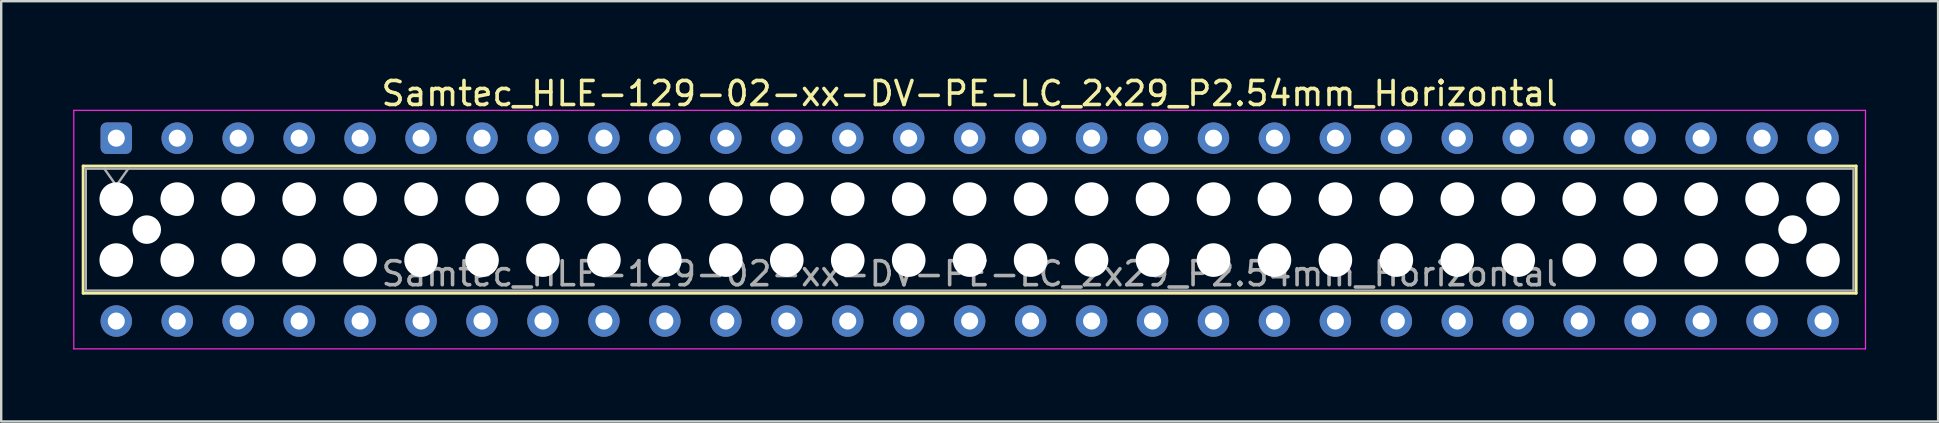
<source format=kicad_pcb>
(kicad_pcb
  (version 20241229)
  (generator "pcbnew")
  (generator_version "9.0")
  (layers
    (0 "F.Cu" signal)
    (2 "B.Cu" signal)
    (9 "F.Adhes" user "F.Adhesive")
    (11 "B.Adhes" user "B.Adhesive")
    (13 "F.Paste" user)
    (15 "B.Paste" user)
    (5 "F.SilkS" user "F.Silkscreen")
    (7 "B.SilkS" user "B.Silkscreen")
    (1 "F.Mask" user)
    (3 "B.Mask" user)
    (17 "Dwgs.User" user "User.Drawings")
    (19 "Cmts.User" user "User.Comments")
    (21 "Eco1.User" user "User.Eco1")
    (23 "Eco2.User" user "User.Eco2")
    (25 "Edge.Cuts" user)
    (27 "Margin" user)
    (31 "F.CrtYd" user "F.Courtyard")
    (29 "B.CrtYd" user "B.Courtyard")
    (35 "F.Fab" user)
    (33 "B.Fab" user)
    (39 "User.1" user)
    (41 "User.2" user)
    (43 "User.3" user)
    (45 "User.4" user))
  (footprint "Samtec_HLE-129-02-xx-DV-PE-LC_2x29_P2.54mm_Horizontal"
    (layer "F.Cu")
    (at 1.795 2.708)
    (property "Reference" "Samtec_HLE-129-02-xx-DV-PE-LC_2x29_P2.54mm_Horizontal" (at 35.56 -1.86 0) (layer "F.SilkS") (effects (font (size 1 1) (thickness 0.15))))
    (attr through_hole)
    (fp_line (start -1.38 1.16) (end 72.5 1.16) (stroke (width 0.12) (type solid)) (layer "F.SilkS"))
    (fp_line (start -1.38 6.46) (end -1.38 1.16) (stroke (width 0.12) (type solid)) (layer "F.SilkS"))
    (fp_line (start 72.5 1.16) (end 72.5 6.46) (stroke (width 0.12) (type solid)) (layer "F.SilkS"))
    (fp_line (start 72.5 6.46) (end -1.38 6.46) (stroke (width 0.12) (type solid)) (layer "F.SilkS"))
    (fp_line (start -1.77 -1.16) (end 72.89 -1.16) (stroke (width 0.05) (type solid)) (layer "F.CrtYd"))
    (fp_line (start -1.77 8.78) (end -1.77 -1.16) (stroke (width 0.05) (type solid)) (layer "F.CrtYd"))
    (fp_line (start 72.89 -1.16) (end 72.89 8.78) (stroke (width 0.05) (type solid)) (layer "F.CrtYd"))
    (fp_line (start 72.89 8.78) (end -1.77 8.78) (stroke (width 0.05) (type solid)) (layer "F.CrtYd"))
    (fp_line (start -1.27 1.27) (end 72.39 1.27) (stroke (width 0.1) (type solid)) (layer "F.Fab"))
    (fp_line (start -1.27 6.35) (end -1.27 1.27) (stroke (width 0.1) (type solid)) (layer "F.Fab"))
    (fp_line (start -0.5 1.27) (end 0 1.977) (stroke (width 0.1) (type solid)) (layer "F.Fab"))
    (fp_line (start 0 1.977) (end 0.5 1.27) (stroke (width 0.1) (type solid)) (layer "F.Fab"))
    (fp_line (start 72.39 1.27) (end 72.39 6.35) (stroke (width 0.1) (type solid)) (layer "F.Fab"))
    (fp_line (start 72.39 6.35) (end -1.27 6.35) (stroke (width 0.1) (type solid)) (layer "F.Fab"))
    (fp_text user "${REFERENCE}" (at 35.56 5.65 0) (layer "F.Fab") (effects (font (size 1 1) (thickness 0.15))))
    (pad "" np_thru_hole circle (at 0 2.54) (size 1.4 1.4) (drill 1.4) (layers "*.Cu" "*.Mask"))
    (pad "" np_thru_hole circle (at 0 5.08) (size 1.4 1.4) (drill 1.4) (layers "*.Cu" "*.Mask"))
    (pad "" np_thru_hole circle (at 1.27 3.81) (size 1.19 1.19) (drill 1.19) (layers "*.Cu" "*.Mask"))
    (pad "" np_thru_hole circle (at 2.54 2.54) (size 1.4 1.4) (drill 1.4) (layers "*.Cu" "*.Mask"))
    (pad "" np_thru_hole circle (at 2.54 5.08) (size 1.4 1.4) (drill 1.4) (layers "*.Cu" "*.Mask"))
    (pad "" np_thru_hole circle (at 5.08 2.54) (size 1.4 1.4) (drill 1.4) (layers "*.Cu" "*.Mask"))
    (pad "" np_thru_hole circle (at 5.08 5.08) (size 1.4 1.4) (drill 1.4) (layers "*.Cu" "*.Mask"))
    (pad "" np_thru_hole circle (at 7.62 2.54) (size 1.4 1.4) (drill 1.4) (layers "*.Cu" "*.Mask"))
    (pad "" np_thru_hole circle (at 7.62 5.08) (size 1.4 1.4) (drill 1.4) (layers "*.Cu" "*.Mask"))
    (pad "" np_thru_hole circle (at 10.16 2.54) (size 1.4 1.4) (drill 1.4) (layers "*.Cu" "*.Mask"))
    (pad "" np_thru_hole circle (at 10.16 5.08) (size 1.4 1.4) (drill 1.4) (layers "*.Cu" "*.Mask"))
    (pad "" np_thru_hole circle (at 12.7 2.54) (size 1.4 1.4) (drill 1.4) (layers "*.Cu" "*.Mask"))
    (pad "" np_thru_hole circle (at 12.7 5.08) (size 1.4 1.4) (drill 1.4) (layers "*.Cu" "*.Mask"))
    (pad "" np_thru_hole circle (at 15.24 2.54) (size 1.4 1.4) (drill 1.4) (layers "*.Cu" "*.Mask"))
    (pad "" np_thru_hole circle (at 15.24 5.08) (size 1.4 1.4) (drill 1.4) (layers "*.Cu" "*.Mask"))
    (pad "" np_thru_hole circle (at 17.78 2.54) (size 1.4 1.4) (drill 1.4) (layers "*.Cu" "*.Mask"))
    (pad "" np_thru_hole circle (at 17.78 5.08) (size 1.4 1.4) (drill 1.4) (layers "*.Cu" "*.Mask"))
    (pad "" np_thru_hole circle (at 20.32 2.54) (size 1.4 1.4) (drill 1.4) (layers "*.Cu" "*.Mask"))
    (pad "" np_thru_hole circle (at 20.32 5.08) (size 1.4 1.4) (drill 1.4) (layers "*.Cu" "*.Mask"))
    (pad "" np_thru_hole circle (at 22.86 2.54) (size 1.4 1.4) (drill 1.4) (layers "*.Cu" "*.Mask"))
    (pad "" np_thru_hole circle (at 22.86 5.08) (size 1.4 1.4) (drill 1.4) (layers "*.Cu" "*.Mask"))
    (pad "" np_thru_hole circle (at 25.4 2.54) (size 1.4 1.4) (drill 1.4) (layers "*.Cu" "*.Mask"))
    (pad "" np_thru_hole circle (at 25.4 5.08) (size 1.4 1.4) (drill 1.4) (layers "*.Cu" "*.Mask"))
    (pad "" np_thru_hole circle (at 27.94 2.54) (size 1.4 1.4) (drill 1.4) (layers "*.Cu" "*.Mask"))
    (pad "" np_thru_hole circle (at 27.94 5.08) (size 1.4 1.4) (drill 1.4) (layers "*.Cu" "*.Mask"))
    (pad "" np_thru_hole circle (at 30.48 2.54) (size 1.4 1.4) (drill 1.4) (layers "*.Cu" "*.Mask"))
    (pad "" np_thru_hole circle (at 30.48 5.08) (size 1.4 1.4) (drill 1.4) (layers "*.Cu" "*.Mask"))
    (pad "" np_thru_hole circle (at 33.02 2.54) (size 1.4 1.4) (drill 1.4) (layers "*.Cu" "*.Mask"))
    (pad "" np_thru_hole circle (at 33.02 5.08) (size 1.4 1.4) (drill 1.4) (layers "*.Cu" "*.Mask"))
    (pad "" np_thru_hole circle (at 35.56 2.54) (size 1.4 1.4) (drill 1.4) (layers "*.Cu" "*.Mask"))
    (pad "" np_thru_hole circle (at 35.56 5.08) (size 1.4 1.4) (drill 1.4) (layers "*.Cu" "*.Mask"))
    (pad "" np_thru_hole circle (at 38.1 2.54) (size 1.4 1.4) (drill 1.4) (layers "*.Cu" "*.Mask"))
    (pad "" np_thru_hole circle (at 38.1 5.08) (size 1.4 1.4) (drill 1.4) (layers "*.Cu" "*.Mask"))
    (pad "" np_thru_hole circle (at 40.64 2.54) (size 1.4 1.4) (drill 1.4) (layers "*.Cu" "*.Mask"))
    (pad "" np_thru_hole circle (at 40.64 5.08) (size 1.4 1.4) (drill 1.4) (layers "*.Cu" "*.Mask"))
    (pad "" np_thru_hole circle (at 43.18 2.54) (size 1.4 1.4) (drill 1.4) (layers "*.Cu" "*.Mask"))
    (pad "" np_thru_hole circle (at 43.18 5.08) (size 1.4 1.4) (drill 1.4) (layers "*.Cu" "*.Mask"))
    (pad "" np_thru_hole circle (at 45.72 2.54) (size 1.4 1.4) (drill 1.4) (layers "*.Cu" "*.Mask"))
    (pad "" np_thru_hole circle (at 45.72 5.08) (size 1.4 1.4) (drill 1.4) (layers "*.Cu" "*.Mask"))
    (pad "" np_thru_hole circle (at 48.26 2.54) (size 1.4 1.4) (drill 1.4) (layers "*.Cu" "*.Mask"))
    (pad "" np_thru_hole circle (at 48.26 5.08) (size 1.4 1.4) (drill 1.4) (layers "*.Cu" "*.Mask"))
    (pad "" np_thru_hole circle (at 50.8 2.54) (size 1.4 1.4) (drill 1.4) (layers "*.Cu" "*.Mask"))
    (pad "" np_thru_hole circle (at 50.8 5.08) (size 1.4 1.4) (drill 1.4) (layers "*.Cu" "*.Mask"))
    (pad "" np_thru_hole circle (at 53.34 2.54) (size 1.4 1.4) (drill 1.4) (layers "*.Cu" "*.Mask"))
    (pad "" np_thru_hole circle (at 53.34 5.08) (size 1.4 1.4) (drill 1.4) (layers "*.Cu" "*.Mask"))
    (pad "" np_thru_hole circle (at 55.88 2.54) (size 1.4 1.4) (drill 1.4) (layers "*.Cu" "*.Mask"))
    (pad "" np_thru_hole circle (at 55.88 5.08) (size 1.4 1.4) (drill 1.4) (layers "*.Cu" "*.Mask"))
    (pad "" np_thru_hole circle (at 58.42 2.54) (size 1.4 1.4) (drill 1.4) (layers "*.Cu" "*.Mask"))
    (pad "" np_thru_hole circle (at 58.42 5.08) (size 1.4 1.4) (drill 1.4) (layers "*.Cu" "*.Mask"))
    (pad "" np_thru_hole circle (at 60.96 2.54) (size 1.4 1.4) (drill 1.4) (layers "*.Cu" "*.Mask"))
    (pad "" np_thru_hole circle (at 60.96 5.08) (size 1.4 1.4) (drill 1.4) (layers "*.Cu" "*.Mask"))
    (pad "" np_thru_hole circle (at 63.5 2.54) (size 1.4 1.4) (drill 1.4) (layers "*.Cu" "*.Mask"))
    (pad "" np_thru_hole circle (at 63.5 5.08) (size 1.4 1.4) (drill 1.4) (layers "*.Cu" "*.Mask"))
    (pad "" np_thru_hole circle (at 66.04 2.54) (size 1.4 1.4) (drill 1.4) (layers "*.Cu" "*.Mask"))
    (pad "" np_thru_hole circle (at 66.04 5.08) (size 1.4 1.4) (drill 1.4) (layers "*.Cu" "*.Mask"))
    (pad "" np_thru_hole circle (at 68.58 2.54) (size 1.4 1.4) (drill 1.4) (layers "*.Cu" "*.Mask"))
    (pad "" np_thru_hole circle (at 68.58 5.08) (size 1.4 1.4) (drill 1.4) (layers "*.Cu" "*.Mask"))
    (pad "" np_thru_hole circle (at 69.85 3.81) (size 1.19 1.19) (drill 1.19) (layers "*.Cu" "*.Mask"))
    (pad "" np_thru_hole circle (at 71.12 2.54) (size 1.4 1.4) (drill 1.4) (layers "*.Cu" "*.Mask"))
    (pad "" np_thru_hole circle (at 71.12 5.08) (size 1.4 1.4) (drill 1.4) (layers "*.Cu" "*.Mask"))
    (pad "1" thru_hole roundrect (at 0 0) (size 1.31 1.31) (drill 0.71) (layers "*.Cu" "*.Mask") (roundrect_rratio 0.191))
    (pad "2" thru_hole circle (at 0 7.62) (size 1.31 1.31) (drill 0.71) (layers "*.Cu" "*.Mask"))
    (pad "3" thru_hole circle (at 2.54 0) (size 1.31 1.31) (drill 0.71) (layers "*.Cu" "*.Mask"))
    (pad "4" thru_hole circle (at 2.54 7.62) (size 1.31 1.31) (drill 0.71) (layers "*.Cu" "*.Mask"))
    (pad "5" thru_hole circle (at 5.08 0) (size 1.31 1.31) (drill 0.71) (layers "*.Cu" "*.Mask"))
    (pad "6" thru_hole circle (at 5.08 7.62) (size 1.31 1.31) (drill 0.71) (layers "*.Cu" "*.Mask"))
    (pad "7" thru_hole circle (at 7.62 0) (size 1.31 1.31) (drill 0.71) (layers "*.Cu" "*.Mask"))
    (pad "8" thru_hole circle (at 7.62 7.62) (size 1.31 1.31) (drill 0.71) (layers "*.Cu" "*.Mask"))
    (pad "9" thru_hole circle (at 10.16 0) (size 1.31 1.31) (drill 0.71) (layers "*.Cu" "*.Mask"))
    (pad "10" thru_hole circle (at 10.16 7.62) (size 1.31 1.31) (drill 0.71) (layers "*.Cu" "*.Mask"))
    (pad "11" thru_hole circle (at 12.7 0) (size 1.31 1.31) (drill 0.71) (layers "*.Cu" "*.Mask"))
    (pad "12" thru_hole circle (at 12.7 7.62) (size 1.31 1.31) (drill 0.71) (layers "*.Cu" "*.Mask"))
    (pad "13" thru_hole circle (at 15.24 0) (size 1.31 1.31) (drill 0.71) (layers "*.Cu" "*.Mask"))
    (pad "14" thru_hole circle (at 15.24 7.62) (size 1.31 1.31) (drill 0.71) (layers "*.Cu" "*.Mask"))
    (pad "15" thru_hole circle (at 17.78 0) (size 1.31 1.31) (drill 0.71) (layers "*.Cu" "*.Mask"))
    (pad "16" thru_hole circle (at 17.78 7.62) (size 1.31 1.31) (drill 0.71) (layers "*.Cu" "*.Mask"))
    (pad "17" thru_hole circle (at 20.32 0) (size 1.31 1.31) (drill 0.71) (layers "*.Cu" "*.Mask"))
    (pad "18" thru_hole circle (at 20.32 7.62) (size 1.31 1.31) (drill 0.71) (layers "*.Cu" "*.Mask"))
    (pad "19" thru_hole circle (at 22.86 0) (size 1.31 1.31) (drill 0.71) (layers "*.Cu" "*.Mask"))
    (pad "20" thru_hole circle (at 22.86 7.62) (size 1.31 1.31) (drill 0.71) (layers "*.Cu" "*.Mask"))
    (pad "21" thru_hole circle (at 25.4 0) (size 1.31 1.31) (drill 0.71) (layers "*.Cu" "*.Mask"))
    (pad "22" thru_hole circle (at 25.4 7.62) (size 1.31 1.31) (drill 0.71) (layers "*.Cu" "*.Mask"))
    (pad "23" thru_hole circle (at 27.94 0) (size 1.31 1.31) (drill 0.71) (layers "*.Cu" "*.Mask"))
    (pad "24" thru_hole circle (at 27.94 7.62) (size 1.31 1.31) (drill 0.71) (layers "*.Cu" "*.Mask"))
    (pad "25" thru_hole circle (at 30.48 0) (size 1.31 1.31) (drill 0.71) (layers "*.Cu" "*.Mask"))
    (pad "26" thru_hole circle (at 30.48 7.62) (size 1.31 1.31) (drill 0.71) (layers "*.Cu" "*.Mask"))
    (pad "27" thru_hole circle (at 33.02 0) (size 1.31 1.31) (drill 0.71) (layers "*.Cu" "*.Mask"))
    (pad "28" thru_hole circle (at 33.02 7.62) (size 1.31 1.31) (drill 0.71) (layers "*.Cu" "*.Mask"))
    (pad "29" thru_hole circle (at 35.56 0) (size 1.31 1.31) (drill 0.71) (layers "*.Cu" "*.Mask"))
    (pad "30" thru_hole circle (at 35.56 7.62) (size 1.31 1.31) (drill 0.71) (layers "*.Cu" "*.Mask"))
    (pad "31" thru_hole circle (at 38.1 0) (size 1.31 1.31) (drill 0.71) (layers "*.Cu" "*.Mask"))
    (pad "32" thru_hole circle (at 38.1 7.62) (size 1.31 1.31) (drill 0.71) (layers "*.Cu" "*.Mask"))
    (pad "33" thru_hole circle (at 40.64 0) (size 1.31 1.31) (drill 0.71) (layers "*.Cu" "*.Mask"))
    (pad "34" thru_hole circle (at 40.64 7.62) (size 1.31 1.31) (drill 0.71) (layers "*.Cu" "*.Mask"))
    (pad "35" thru_hole circle (at 43.18 0) (size 1.31 1.31) (drill 0.71) (layers "*.Cu" "*.Mask"))
    (pad "36" thru_hole circle (at 43.18 7.62) (size 1.31 1.31) (drill 0.71) (layers "*.Cu" "*.Mask"))
    (pad "37" thru_hole circle (at 45.72 0) (size 1.31 1.31) (drill 0.71) (layers "*.Cu" "*.Mask"))
    (pad "38" thru_hole circle (at 45.72 7.62) (size 1.31 1.31) (drill 0.71) (layers "*.Cu" "*.Mask"))
    (pad "39" thru_hole circle (at 48.26 0) (size 1.31 1.31) (drill 0.71) (layers "*.Cu" "*.Mask"))
    (pad "40" thru_hole circle (at 48.26 7.62) (size 1.31 1.31) (drill 0.71) (layers "*.Cu" "*.Mask"))
    (pad "41" thru_hole circle (at 50.8 0) (size 1.31 1.31) (drill 0.71) (layers "*.Cu" "*.Mask"))
    (pad "42" thru_hole circle (at 50.8 7.62) (size 1.31 1.31) (drill 0.71) (layers "*.Cu" "*.Mask"))
    (pad "43" thru_hole circle (at 53.34 0) (size 1.31 1.31) (drill 0.71) (layers "*.Cu" "*.Mask"))
    (pad "44" thru_hole circle (at 53.34 7.62) (size 1.31 1.31) (drill 0.71) (layers "*.Cu" "*.Mask"))
    (pad "45" thru_hole circle (at 55.88 0) (size 1.31 1.31) (drill 0.71) (layers "*.Cu" "*.Mask"))
    (pad "46" thru_hole circle (at 55.88 7.62) (size 1.31 1.31) (drill 0.71) (layers "*.Cu" "*.Mask"))
    (pad "47" thru_hole circle (at 58.42 0) (size 1.31 1.31) (drill 0.71) (layers "*.Cu" "*.Mask"))
    (pad "48" thru_hole circle (at 58.42 7.62) (size 1.31 1.31) (drill 0.71) (layers "*.Cu" "*.Mask"))
    (pad "49" thru_hole circle (at 60.96 0) (size 1.31 1.31) (drill 0.71) (layers "*.Cu" "*.Mask"))
    (pad "50" thru_hole circle (at 60.96 7.62) (size 1.31 1.31) (drill 0.71) (layers "*.Cu" "*.Mask"))
    (pad "51" thru_hole circle (at 63.5 0) (size 1.31 1.31) (drill 0.71) (layers "*.Cu" "*.Mask"))
    (pad "52" thru_hole circle (at 63.5 7.62) (size 1.31 1.31) (drill 0.71) (layers "*.Cu" "*.Mask"))
    (pad "53" thru_hole circle (at 66.04 0) (size 1.31 1.31) (drill 0.71) (layers "*.Cu" "*.Mask"))
    (pad "54" thru_hole circle (at 66.04 7.62) (size 1.31 1.31) (drill 0.71) (layers "*.Cu" "*.Mask"))
    (pad "55" thru_hole circle (at 68.58 0) (size 1.31 1.31) (drill 0.71) (layers "*.Cu" "*.Mask"))
    (pad "56" thru_hole circle (at 68.58 7.62) (size 1.31 1.31) (drill 0.71) (layers "*.Cu" "*.Mask"))
    (pad "57" thru_hole circle (at 71.12 0) (size 1.31 1.31) (drill 0.71) (layers "*.Cu" "*.Mask"))
    (pad "58" thru_hole circle (at 71.12 7.62) (size 1.31 1.31) (drill 0.71) (layers "*.Cu" "*.Mask")))
  (gr_rect
    (start -3 -3)
    (end 77.71 14.513)
    (stroke (width 0.1) (type default))
    (fill no)
    (layer "Edge.Cuts")))
</source>
